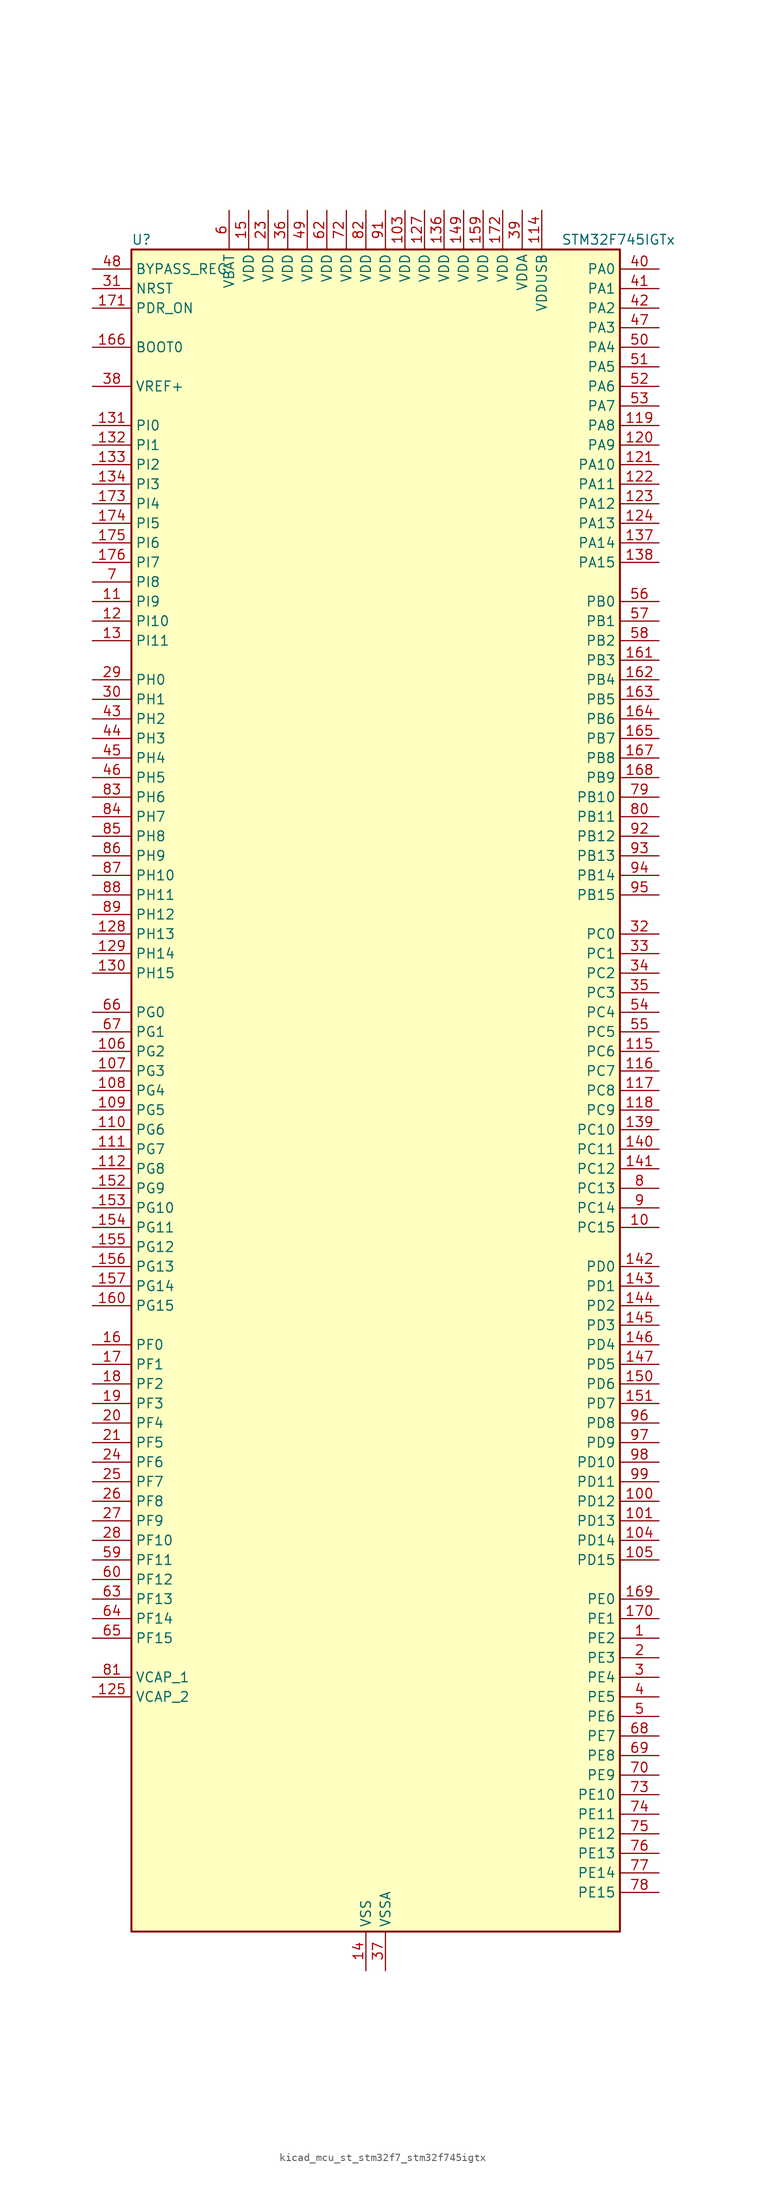
<source format=kicad_sym>
(kicad_symbol_lib
  (version 20220914)
  (generator kicad_symbol_editor)
  (symbol "kicad_mcu_st_stm32f7_stm32f745igtx"
    (property "Reference" "U"
      (at -30.48 110.49 0)
      (effects (font (size 1.27 1.27)) (justify left)))
    (property "Value" "STM32F745IGTx"
      (at 25.4 110.49 0)
      (effects (font (size 1.27 1.27)) (justify left)))
    (property "ki_locked" ""
      (at 0 0 0)
      (effects (font (size 1.27 1.27))))
    (symbol "kicad_mcu_st_stm32f7_stm32f745igtx_0_1"
      (rectangle (start -30.48 -109.22) (end 33.02 109.22) (stroke (width 0.254) (type default)) (fill (type background))))
    (symbol "kicad_mcu_st_stm32f7_stm32f745igtx_1_1"
      (pin bidirectional line (at 38.1 -71.12 180) (length 5.08) (name "PE2" (effects (font (size 1.27 1.27)))) (number "1" (effects (font (size 1.27 1.27)))) (alternate "ETH_TXD3" bidirectional line) (alternate "FMC_A23" bidirectional line) (alternate "QUADSPI_BK1_IO2" bidirectional line) (alternate "SAI1_MCLK_A" bidirectional line) (alternate "SPI4_SCK" bidirectional line) (alternate "SYS_TRACECLK" bidirectional line))
      (pin bidirectional line (at 38.1 -17.78 180) (length 5.08) (name "PC15" (effects (font (size 1.27 1.27)))) (number "10" (effects (font (size 1.27 1.27)))) (alternate "RCC_OSC32_OUT" bidirectional line))
      (pin bidirectional line (at 38.1 -53.34 180) (length 5.08) (name "PD12" (effects (font (size 1.27 1.27)))) (number "100" (effects (font (size 1.27 1.27)))) (alternate "FMC_A17" bidirectional line) (alternate "FMC_ALE" bidirectional line) (alternate "I2C4_SCL" bidirectional line) (alternate "LPTIM1_IN1" bidirectional line) (alternate "QUADSPI_BK1_IO1" bidirectional line) (alternate "SAI2_FS_A" bidirectional line) (alternate "TIM4_CH1" bidirectional line) (alternate "USART3_DE" bidirectional line) (alternate "USART3_RTS" bidirectional line))
      (pin bidirectional line (at 38.1 -55.88 180) (length 5.08) (name "PD13" (effects (font (size 1.27 1.27)))) (number "101" (effects (font (size 1.27 1.27)))) (alternate "FMC_A18" bidirectional line) (alternate "I2C4_SDA" bidirectional line) (alternate "LPTIM1_OUT" bidirectional line) (alternate "QUADSPI_BK1_IO3" bidirectional line) (alternate "SAI2_SCK_A" bidirectional line) (alternate "TIM4_CH2" bidirectional line))
      (pin passive line (at 0 -114.3 90) (length 5.08) hide (name "VSS" (effects (font (size 1.27 1.27)))) (number "102" (effects (font (size 1.27 1.27)))))
      (pin power_in line (at 5.08 114.3 270) (length 5.08) (name "VDD" (effects (font (size 1.27 1.27)))) (number "103" (effects (font (size 1.27 1.27)))))
      (pin bidirectional line (at 38.1 -58.42 180) (length 5.08) (name "PD14" (effects (font (size 1.27 1.27)))) (number "104" (effects (font (size 1.27 1.27)))) (alternate "FMC_D0" bidirectional line) (alternate "FMC_DA0" bidirectional line) (alternate "TIM4_CH3" bidirectional line) (alternate "UART8_CTS" bidirectional line))
      (pin bidirectional line (at 38.1 -60.96 180) (length 5.08) (name "PD15" (effects (font (size 1.27 1.27)))) (number "105" (effects (font (size 1.27 1.27)))) (alternate "FMC_D1" bidirectional line) (alternate "FMC_DA1" bidirectional line) (alternate "TIM4_CH4" bidirectional line) (alternate "UART8_DE" bidirectional line) (alternate "UART8_RTS" bidirectional line))
      (pin bidirectional line (at -35.56 5.08 0) (length 5.08) (name "PG2" (effects (font (size 1.27 1.27)))) (number "106" (effects (font (size 1.27 1.27)))) (alternate "FMC_A12" bidirectional line))
      (pin bidirectional line (at -35.56 2.54 0) (length 5.08) (name "PG3" (effects (font (size 1.27 1.27)))) (number "107" (effects (font (size 1.27 1.27)))) (alternate "FMC_A13" bidirectional line))
      (pin bidirectional line (at -35.56 0 0) (length 5.08) (name "PG4" (effects (font (size 1.27 1.27)))) (number "108" (effects (font (size 1.27 1.27)))) (alternate "FMC_A14" bidirectional line) (alternate "FMC_BA0" bidirectional line))
      (pin bidirectional line (at -35.56 -2.54 0) (length 5.08) (name "PG5" (effects (font (size 1.27 1.27)))) (number "109" (effects (font (size 1.27 1.27)))) (alternate "FMC_A15" bidirectional line) (alternate "FMC_BA1" bidirectional line))
      (pin bidirectional line (at -35.56 63.5 0) (length 5.08) (name "PI9" (effects (font (size 1.27 1.27)))) (number "11" (effects (font (size 1.27 1.27)))) (alternate "CAN1_RX" bidirectional line) (alternate "DAC_EXTI9" bidirectional line) (alternate "FMC_D30" bidirectional line))
      (pin bidirectional line (at -35.56 -5.08 0) (length 5.08) (name "PG6" (effects (font (size 1.27 1.27)))) (number "110" (effects (font (size 1.27 1.27)))) (alternate "DCMI_D12" bidirectional line))
      (pin bidirectional line (at -35.56 -7.62 0) (length 5.08) (name "PG7" (effects (font (size 1.27 1.27)))) (number "111" (effects (font (size 1.27 1.27)))) (alternate "DCMI_D13" bidirectional line) (alternate "FMC_INT" bidirectional line) (alternate "USART6_CK" bidirectional line))
      (pin bidirectional line (at -35.56 -10.16 0) (length 5.08) (name "PG8" (effects (font (size 1.27 1.27)))) (number "112" (effects (font (size 1.27 1.27)))) (alternate "ETH_PPS_OUT" bidirectional line) (alternate "FMC_SDCLK" bidirectional line) (alternate "SPDIFRX_IN2" bidirectional line) (alternate "SPI6_NSS" bidirectional line) (alternate "USART6_DE" bidirectional line) (alternate "USART6_RTS" bidirectional line))
      (pin passive line (at 0 -114.3 90) (length 5.08) hide (name "VSS" (effects (font (size 1.27 1.27)))) (number "113" (effects (font (size 1.27 1.27)))))
      (pin power_in line (at 22.86 114.3 270) (length 5.08) (name "VDDUSB" (effects (font (size 1.27 1.27)))) (number "114" (effects (font (size 1.27 1.27)))))
      (pin bidirectional line (at 38.1 5.08 180) (length 5.08) (name "PC6" (effects (font (size 1.27 1.27)))) (number "115" (effects (font (size 1.27 1.27)))) (alternate "DCMI_D0" bidirectional line) (alternate "I2S2_MCK" bidirectional line) (alternate "SDMMC1_D6" bidirectional line) (alternate "TIM3_CH1" bidirectional line) (alternate "TIM8_CH1" bidirectional line) (alternate "USART6_TX" bidirectional line))
      (pin bidirectional line (at 38.1 2.54 180) (length 5.08) (name "PC7" (effects (font (size 1.27 1.27)))) (number "116" (effects (font (size 1.27 1.27)))) (alternate "DCMI_D1" bidirectional line) (alternate "I2S3_MCK" bidirectional line) (alternate "SDMMC1_D7" bidirectional line) (alternate "TIM3_CH2" bidirectional line) (alternate "TIM8_CH2" bidirectional line) (alternate "USART6_RX" bidirectional line))
      (pin bidirectional line (at 38.1 0 180) (length 5.08) (name "PC8" (effects (font (size 1.27 1.27)))) (number "117" (effects (font (size 1.27 1.27)))) (alternate "DCMI_D2" bidirectional line) (alternate "SDMMC1_D0" bidirectional line) (alternate "SYS_TRACED1" bidirectional line) (alternate "TIM3_CH3" bidirectional line) (alternate "TIM8_CH3" bidirectional line) (alternate "UART5_DE" bidirectional line) (alternate "UART5_RTS" bidirectional line) (alternate "USART6_CK" bidirectional line))
      (pin bidirectional line (at 38.1 -2.54 180) (length 5.08) (name "PC9" (effects (font (size 1.27 1.27)))) (number "118" (effects (font (size 1.27 1.27)))) (alternate "DAC_EXTI9" bidirectional line) (alternate "DCMI_D3" bidirectional line) (alternate "I2C3_SDA" bidirectional line) (alternate "I2S_CKIN" bidirectional line) (alternate "QUADSPI_BK1_IO0" bidirectional line) (alternate "RCC_MCO_2" bidirectional line) (alternate "SDMMC1_D1" bidirectional line) (alternate "TIM3_CH4" bidirectional line) (alternate "TIM8_CH4" bidirectional line) (alternate "UART5_CTS" bidirectional line))
      (pin bidirectional line (at 38.1 86.36 180) (length 5.08) (name "PA8" (effects (font (size 1.27 1.27)))) (number "119" (effects (font (size 1.27 1.27)))) (alternate "I2C3_SCL" bidirectional line) (alternate "RCC_MCO_1" bidirectional line) (alternate "TIM1_CH1" bidirectional line) (alternate "TIM8_BKIN2" bidirectional line) (alternate "USART1_CK" bidirectional line) (alternate "USB_OTG_FS_SOF" bidirectional line))
      (pin bidirectional line (at -35.56 60.96 0) (length 5.08) (name "PI10" (effects (font (size 1.27 1.27)))) (number "12" (effects (font (size 1.27 1.27)))) (alternate "ETH_RX_ER" bidirectional line) (alternate "FMC_D31" bidirectional line))
      (pin bidirectional line (at 38.1 83.82 180) (length 5.08) (name "PA9" (effects (font (size 1.27 1.27)))) (number "120" (effects (font (size 1.27 1.27)))) (alternate "DAC_EXTI9" bidirectional line) (alternate "DCMI_D0" bidirectional line) (alternate "I2C3_SMBA" bidirectional line) (alternate "I2S2_CK" bidirectional line) (alternate "SPI2_SCK" bidirectional line) (alternate "TIM1_CH2" bidirectional line) (alternate "USART1_TX" bidirectional line) (alternate "USB_OTG_FS_VBUS" bidirectional line))
      (pin bidirectional line (at 38.1 81.28 180) (length 5.08) (name "PA10" (effects (font (size 1.27 1.27)))) (number "121" (effects (font (size 1.27 1.27)))) (alternate "DCMI_D1" bidirectional line) (alternate "TIM1_CH3" bidirectional line) (alternate "USART1_RX" bidirectional line) (alternate "USB_OTG_FS_ID" bidirectional line))
      (pin bidirectional line (at 38.1 78.74 180) (length 5.08) (name "PA11" (effects (font (size 1.27 1.27)))) (number "122" (effects (font (size 1.27 1.27)))) (alternate "ADC1_EXTI11" bidirectional line) (alternate "ADC2_EXTI11" bidirectional line) (alternate "ADC3_EXTI11" bidirectional line) (alternate "CAN1_RX" bidirectional line) (alternate "TIM1_CH4" bidirectional line) (alternate "USART1_CTS" bidirectional line) (alternate "USB_OTG_FS_DM" bidirectional line))
      (pin bidirectional line (at 38.1 76.2 180) (length 5.08) (name "PA12" (effects (font (size 1.27 1.27)))) (number "123" (effects (font (size 1.27 1.27)))) (alternate "CAN1_TX" bidirectional line) (alternate "SAI2_FS_B" bidirectional line) (alternate "TIM1_ETR" bidirectional line) (alternate "USART1_DE" bidirectional line) (alternate "USART1_RTS" bidirectional line) (alternate "USB_OTG_FS_DP" bidirectional line))
      (pin bidirectional line (at 38.1 73.66 180) (length 5.08) (name "PA13" (effects (font (size 1.27 1.27)))) (number "124" (effects (font (size 1.27 1.27)))) (alternate "SYS_JTMS-SWDIO" bidirectional line))
      (pin power_out line (at -35.56 -78.74 0) (length 5.08) (name "VCAP_2" (effects (font (size 1.27 1.27)))) (number "125" (effects (font (size 1.27 1.27)))))
      (pin passive line (at 0 -114.3 90) (length 5.08) hide (name "VSS" (effects (font (size 1.27 1.27)))) (number "126" (effects (font (size 1.27 1.27)))))
      (pin power_in line (at 7.62 114.3 270) (length 5.08) (name "VDD" (effects (font (size 1.27 1.27)))) (number "127" (effects (font (size 1.27 1.27)))))
      (pin bidirectional line (at -35.56 20.32 0) (length 5.08) (name "PH13" (effects (font (size 1.27 1.27)))) (number "128" (effects (font (size 1.27 1.27)))) (alternate "CAN1_TX" bidirectional line) (alternate "FMC_D21" bidirectional line) (alternate "TIM8_CH1N" bidirectional line))
      (pin bidirectional line (at -35.56 17.78 0) (length 5.08) (name "PH14" (effects (font (size 1.27 1.27)))) (number "129" (effects (font (size 1.27 1.27)))) (alternate "DCMI_D4" bidirectional line) (alternate "FMC_D22" bidirectional line) (alternate "TIM8_CH2N" bidirectional line))
      (pin bidirectional line (at -35.56 58.42 0) (length 5.08) (name "PI11" (effects (font (size 1.27 1.27)))) (number "13" (effects (font (size 1.27 1.27)))) (alternate "ADC1_EXTI11" bidirectional line) (alternate "ADC2_EXTI11" bidirectional line) (alternate "ADC3_EXTI11" bidirectional line) (alternate "SYS_WKUP6" bidirectional line) (alternate "USB_OTG_HS_ULPI_DIR" bidirectional line))
      (pin bidirectional line (at -35.56 15.24 0) (length 5.08) (name "PH15" (effects (font (size 1.27 1.27)))) (number "130" (effects (font (size 1.27 1.27)))) (alternate "DCMI_D11" bidirectional line) (alternate "FMC_D23" bidirectional line) (alternate "TIM8_CH3N" bidirectional line))
      (pin bidirectional line (at -35.56 86.36 0) (length 5.08) (name "PI0" (effects (font (size 1.27 1.27)))) (number "131" (effects (font (size 1.27 1.27)))) (alternate "DCMI_D13" bidirectional line) (alternate "FMC_D24" bidirectional line) (alternate "I2S2_WS" bidirectional line) (alternate "SPI2_NSS" bidirectional line) (alternate "TIM5_CH4" bidirectional line))
      (pin bidirectional line (at -35.56 83.82 0) (length 5.08) (name "PI1" (effects (font (size 1.27 1.27)))) (number "132" (effects (font (size 1.27 1.27)))) (alternate "DCMI_D8" bidirectional line) (alternate "FMC_D25" bidirectional line) (alternate "I2S2_CK" bidirectional line) (alternate "SPI2_SCK" bidirectional line) (alternate "TIM8_BKIN2" bidirectional line))
      (pin bidirectional line (at -35.56 81.28 0) (length 5.08) (name "PI2" (effects (font (size 1.27 1.27)))) (number "133" (effects (font (size 1.27 1.27)))) (alternate "DCMI_D9" bidirectional line) (alternate "FMC_D26" bidirectional line) (alternate "SPI2_MISO" bidirectional line) (alternate "TIM8_CH4" bidirectional line))
      (pin bidirectional line (at -35.56 78.74 0) (length 5.08) (name "PI3" (effects (font (size 1.27 1.27)))) (number "134" (effects (font (size 1.27 1.27)))) (alternate "DCMI_D10" bidirectional line) (alternate "FMC_D27" bidirectional line) (alternate "I2S2_SD" bidirectional line) (alternate "SPI2_MOSI" bidirectional line) (alternate "TIM8_ETR" bidirectional line))
      (pin passive line (at 0 -114.3 90) (length 5.08) hide (name "VSS" (effects (font (size 1.27 1.27)))) (number "135" (effects (font (size 1.27 1.27)))))
      (pin power_in line (at 10.16 114.3 270) (length 5.08) (name "VDD" (effects (font (size 1.27 1.27)))) (number "136" (effects (font (size 1.27 1.27)))))
      (pin bidirectional line (at 38.1 71.12 180) (length 5.08) (name "PA14" (effects (font (size 1.27 1.27)))) (number "137" (effects (font (size 1.27 1.27)))) (alternate "SYS_JTCK-SWCLK" bidirectional line))
      (pin bidirectional line (at 38.1 68.58 180) (length 5.08) (name "PA15" (effects (font (size 1.27 1.27)))) (number "138" (effects (font (size 1.27 1.27)))) (alternate "CEC" bidirectional line) (alternate "I2S1_WS" bidirectional line) (alternate "I2S3_WS" bidirectional line) (alternate "SPI1_NSS" bidirectional line) (alternate "SPI3_NSS" bidirectional line) (alternate "SYS_JTDI" bidirectional line) (alternate "TIM2_CH1" bidirectional line) (alternate "TIM2_ETR" bidirectional line) (alternate "UART4_DE" bidirectional line) (alternate "UART4_RTS" bidirectional line))
      (pin bidirectional line (at 38.1 -5.08 180) (length 5.08) (name "PC10" (effects (font (size 1.27 1.27)))) (number "139" (effects (font (size 1.27 1.27)))) (alternate "DCMI_D8" bidirectional line) (alternate "I2S3_CK" bidirectional line) (alternate "QUADSPI_BK1_IO1" bidirectional line) (alternate "SDMMC1_D2" bidirectional line) (alternate "SPI3_SCK" bidirectional line) (alternate "UART4_TX" bidirectional line) (alternate "USART3_TX" bidirectional line))
      (pin power_in line (at 0 -114.3 90) (length 5.08) (name "VSS" (effects (font (size 1.27 1.27)))) (number "14" (effects (font (size 1.27 1.27)))))
      (pin bidirectional line (at 38.1 -7.62 180) (length 5.08) (name "PC11" (effects (font (size 1.27 1.27)))) (number "140" (effects (font (size 1.27 1.27)))) (alternate "ADC1_EXTI11" bidirectional line) (alternate "ADC2_EXTI11" bidirectional line) (alternate "ADC3_EXTI11" bidirectional line) (alternate "DCMI_D4" bidirectional line) (alternate "QUADSPI_BK2_NCS" bidirectional line) (alternate "SDMMC1_D3" bidirectional line) (alternate "SPI3_MISO" bidirectional line) (alternate "UART4_RX" bidirectional line) (alternate "USART3_RX" bidirectional line))
      (pin bidirectional line (at 38.1 -10.16 180) (length 5.08) (name "PC12" (effects (font (size 1.27 1.27)))) (number "141" (effects (font (size 1.27 1.27)))) (alternate "DCMI_D9" bidirectional line) (alternate "I2S3_SD" bidirectional line) (alternate "SDMMC1_CK" bidirectional line) (alternate "SPI3_MOSI" bidirectional line) (alternate "SYS_TRACED3" bidirectional line) (alternate "UART5_TX" bidirectional line) (alternate "USART3_CK" bidirectional line))
      (pin bidirectional line (at 38.1 -22.86 180) (length 5.08) (name "PD0" (effects (font (size 1.27 1.27)))) (number "142" (effects (font (size 1.27 1.27)))) (alternate "CAN1_RX" bidirectional line) (alternate "FMC_D2" bidirectional line) (alternate "FMC_DA2" bidirectional line))
      (pin bidirectional line (at 38.1 -25.4 180) (length 5.08) (name "PD1" (effects (font (size 1.27 1.27)))) (number "143" (effects (font (size 1.27 1.27)))) (alternate "CAN1_TX" bidirectional line) (alternate "FMC_D3" bidirectional line) (alternate "FMC_DA3" bidirectional line))
      (pin bidirectional line (at 38.1 -27.94 180) (length 5.08) (name "PD2" (effects (font (size 1.27 1.27)))) (number "144" (effects (font (size 1.27 1.27)))) (alternate "DCMI_D11" bidirectional line) (alternate "SDMMC1_CMD" bidirectional line) (alternate "SYS_TRACED2" bidirectional line) (alternate "TIM3_ETR" bidirectional line) (alternate "UART5_RX" bidirectional line))
      (pin bidirectional line (at 38.1 -30.48 180) (length 5.08) (name "PD3" (effects (font (size 1.27 1.27)))) (number "145" (effects (font (size 1.27 1.27)))) (alternate "DCMI_D5" bidirectional line) (alternate "FMC_CLK" bidirectional line) (alternate "I2S2_CK" bidirectional line) (alternate "SPI2_SCK" bidirectional line) (alternate "USART2_CTS" bidirectional line))
      (pin bidirectional line (at 38.1 -33.02 180) (length 5.08) (name "PD4" (effects (font (size 1.27 1.27)))) (number "146" (effects (font (size 1.27 1.27)))) (alternate "FMC_NOE" bidirectional line) (alternate "USART2_DE" bidirectional line) (alternate "USART2_RTS" bidirectional line))
      (pin bidirectional line (at 38.1 -35.56 180) (length 5.08) (name "PD5" (effects (font (size 1.27 1.27)))) (number "147" (effects (font (size 1.27 1.27)))) (alternate "FMC_NWE" bidirectional line) (alternate "USART2_TX" bidirectional line))
      (pin passive line (at 0 -114.3 90) (length 5.08) hide (name "VSS" (effects (font (size 1.27 1.27)))) (number "148" (effects (font (size 1.27 1.27)))))
      (pin power_in line (at 12.7 114.3 270) (length 5.08) (name "VDD" (effects (font (size 1.27 1.27)))) (number "149" (effects (font (size 1.27 1.27)))))
      (pin power_in line (at -15.24 114.3 270) (length 5.08) (name "VDD" (effects (font (size 1.27 1.27)))) (number "15" (effects (font (size 1.27 1.27)))))
      (pin bidirectional line (at 38.1 -38.1 180) (length 5.08) (name "PD6" (effects (font (size 1.27 1.27)))) (number "150" (effects (font (size 1.27 1.27)))) (alternate "DCMI_D10" bidirectional line) (alternate "FMC_NWAIT" bidirectional line) (alternate "I2S3_SD" bidirectional line) (alternate "SAI1_SD_A" bidirectional line) (alternate "SPI3_MOSI" bidirectional line) (alternate "USART2_RX" bidirectional line))
      (pin bidirectional line (at 38.1 -40.64 180) (length 5.08) (name "PD7" (effects (font (size 1.27 1.27)))) (number "151" (effects (font (size 1.27 1.27)))) (alternate "FMC_NE1" bidirectional line) (alternate "SPDIFRX_IN0" bidirectional line) (alternate "USART2_CK" bidirectional line))
      (pin bidirectional line (at -35.56 -12.7 0) (length 5.08) (name "PG9" (effects (font (size 1.27 1.27)))) (number "152" (effects (font (size 1.27 1.27)))) (alternate "DAC_EXTI9" bidirectional line) (alternate "DCMI_VSYNC" bidirectional line) (alternate "FMC_NCE" bidirectional line) (alternate "FMC_NE2" bidirectional line) (alternate "QUADSPI_BK2_IO2" bidirectional line) (alternate "SAI2_FS_B" bidirectional line) (alternate "SPDIFRX_IN3" bidirectional line) (alternate "USART6_RX" bidirectional line))
      (pin bidirectional line (at -35.56 -15.24 0) (length 5.08) (name "PG10" (effects (font (size 1.27 1.27)))) (number "153" (effects (font (size 1.27 1.27)))) (alternate "DCMI_D2" bidirectional line) (alternate "FMC_NE3" bidirectional line) (alternate "SAI2_SD_B" bidirectional line))
      (pin bidirectional line (at -35.56 -17.78 0) (length 5.08) (name "PG11" (effects (font (size 1.27 1.27)))) (number "154" (effects (font (size 1.27 1.27)))) (alternate "ADC1_EXTI11" bidirectional line) (alternate "ADC2_EXTI11" bidirectional line) (alternate "ADC3_EXTI11" bidirectional line) (alternate "DCMI_D3" bidirectional line) (alternate "ETH_TX_EN" bidirectional line) (alternate "SPDIFRX_IN0" bidirectional line))
      (pin bidirectional line (at -35.56 -20.32 0) (length 5.08) (name "PG12" (effects (font (size 1.27 1.27)))) (number "155" (effects (font (size 1.27 1.27)))) (alternate "FMC_NE4" bidirectional line) (alternate "LPTIM1_IN1" bidirectional line) (alternate "SPDIFRX_IN1" bidirectional line) (alternate "SPI6_MISO" bidirectional line) (alternate "USART6_DE" bidirectional line) (alternate "USART6_RTS" bidirectional line))
      (pin bidirectional line (at -35.56 -22.86 0) (length 5.08) (name "PG13" (effects (font (size 1.27 1.27)))) (number "156" (effects (font (size 1.27 1.27)))) (alternate "ETH_TXD0" bidirectional line) (alternate "FMC_A24" bidirectional line) (alternate "LPTIM1_OUT" bidirectional line) (alternate "SPI6_SCK" bidirectional line) (alternate "SYS_TRACED0" bidirectional line) (alternate "USART6_CTS" bidirectional line))
      (pin bidirectional line (at -35.56 -25.4 0) (length 5.08) (name "PG14" (effects (font (size 1.27 1.27)))) (number "157" (effects (font (size 1.27 1.27)))) (alternate "ETH_TXD1" bidirectional line) (alternate "FMC_A25" bidirectional line) (alternate "LPTIM1_ETR" bidirectional line) (alternate "QUADSPI_BK2_IO3" bidirectional line) (alternate "SPI6_MOSI" bidirectional line) (alternate "SYS_TRACED1" bidirectional line) (alternate "USART6_TX" bidirectional line))
      (pin passive line (at 0 -114.3 90) (length 5.08) hide (name "VSS" (effects (font (size 1.27 1.27)))) (number "158" (effects (font (size 1.27 1.27)))))
      (pin power_in line (at 15.24 114.3 270) (length 5.08) (name "VDD" (effects (font (size 1.27 1.27)))) (number "159" (effects (font (size 1.27 1.27)))))
      (pin bidirectional line (at -35.56 -33.02 0) (length 5.08) (name "PF0" (effects (font (size 1.27 1.27)))) (number "16" (effects (font (size 1.27 1.27)))) (alternate "FMC_A0" bidirectional line) (alternate "I2C2_SDA" bidirectional line))
      (pin bidirectional line (at -35.56 -27.94 0) (length 5.08) (name "PG15" (effects (font (size 1.27 1.27)))) (number "160" (effects (font (size 1.27 1.27)))) (alternate "DCMI_D13" bidirectional line) (alternate "FMC_SDNCAS" bidirectional line) (alternate "USART6_CTS" bidirectional line))
      (pin bidirectional line (at 38.1 55.88 180) (length 5.08) (name "PB3" (effects (font (size 1.27 1.27)))) (number "161" (effects (font (size 1.27 1.27)))) (alternate "I2S1_CK" bidirectional line) (alternate "I2S3_CK" bidirectional line) (alternate "SPI1_SCK" bidirectional line) (alternate "SPI3_SCK" bidirectional line) (alternate "SYS_JTDO-SWO" bidirectional line) (alternate "TIM2_CH2" bidirectional line))
      (pin bidirectional line (at 38.1 53.34 180) (length 5.08) (name "PB4" (effects (font (size 1.27 1.27)))) (number "162" (effects (font (size 1.27 1.27)))) (alternate "I2S2_WS" bidirectional line) (alternate "SPI1_MISO" bidirectional line) (alternate "SPI2_NSS" bidirectional line) (alternate "SPI3_MISO" bidirectional line) (alternate "SYS_JTRST" bidirectional line) (alternate "TIM3_CH1" bidirectional line))
      (pin bidirectional line (at 38.1 50.8 180) (length 5.08) (name "PB5" (effects (font (size 1.27 1.27)))) (number "163" (effects (font (size 1.27 1.27)))) (alternate "CAN2_RX" bidirectional line) (alternate "DCMI_D10" bidirectional line) (alternate "ETH_PPS_OUT" bidirectional line) (alternate "FMC_SDCKE1" bidirectional line) (alternate "I2C1_SMBA" bidirectional line) (alternate "I2S1_SD" bidirectional line) (alternate "I2S3_SD" bidirectional line) (alternate "SPI1_MOSI" bidirectional line) (alternate "SPI3_MOSI" bidirectional line) (alternate "TIM3_CH2" bidirectional line) (alternate "USB_OTG_HS_ULPI_D7" bidirectional line))
      (pin bidirectional line (at 38.1 48.26 180) (length 5.08) (name "PB6" (effects (font (size 1.27 1.27)))) (number "164" (effects (font (size 1.27 1.27)))) (alternate "CAN2_TX" bidirectional line) (alternate "CEC" bidirectional line) (alternate "DCMI_D5" bidirectional line) (alternate "FMC_SDNE1" bidirectional line) (alternate "I2C1_SCL" bidirectional line) (alternate "QUADSPI_BK1_NCS" bidirectional line) (alternate "TIM4_CH1" bidirectional line) (alternate "USART1_TX" bidirectional line))
      (pin bidirectional line (at 38.1 45.72 180) (length 5.08) (name "PB7" (effects (font (size 1.27 1.27)))) (number "165" (effects (font (size 1.27 1.27)))) (alternate "DCMI_VSYNC" bidirectional line) (alternate "FMC_NL" bidirectional line) (alternate "I2C1_SDA" bidirectional line) (alternate "TIM4_CH2" bidirectional line) (alternate "USART1_RX" bidirectional line))
      (pin input line (at -35.56 96.52 0) (length 5.08) (name "BOOT0" (effects (font (size 1.27 1.27)))) (number "166" (effects (font (size 1.27 1.27)))))
      (pin bidirectional line (at 38.1 43.18 180) (length 5.08) (name "PB8" (effects (font (size 1.27 1.27)))) (number "167" (effects (font (size 1.27 1.27)))) (alternate "CAN1_RX" bidirectional line) (alternate "DCMI_D6" bidirectional line) (alternate "ETH_TXD3" bidirectional line) (alternate "I2C1_SCL" bidirectional line) (alternate "SDMMC1_D4" bidirectional line) (alternate "TIM10_CH1" bidirectional line) (alternate "TIM4_CH3" bidirectional line))
      (pin bidirectional line (at 38.1 40.64 180) (length 5.08) (name "PB9" (effects (font (size 1.27 1.27)))) (number "168" (effects (font (size 1.27 1.27)))) (alternate "CAN1_TX" bidirectional line) (alternate "DAC_EXTI9" bidirectional line) (alternate "DCMI_D7" bidirectional line) (alternate "I2C1_SDA" bidirectional line) (alternate "I2S2_WS" bidirectional line) (alternate "SDMMC1_D5" bidirectional line) (alternate "SPI2_NSS" bidirectional line) (alternate "TIM11_CH1" bidirectional line) (alternate "TIM4_CH4" bidirectional line))
      (pin bidirectional line (at 38.1 -66.04 180) (length 5.08) (name "PE0" (effects (font (size 1.27 1.27)))) (number "169" (effects (font (size 1.27 1.27)))) (alternate "DCMI_D2" bidirectional line) (alternate "FMC_NBL0" bidirectional line) (alternate "LPTIM1_ETR" bidirectional line) (alternate "SAI2_MCLK_A" bidirectional line) (alternate "TIM4_ETR" bidirectional line) (alternate "UART8_RX" bidirectional line))
      (pin bidirectional line (at -35.56 -35.56 0) (length 5.08) (name "PF1" (effects (font (size 1.27 1.27)))) (number "17" (effects (font (size 1.27 1.27)))) (alternate "FMC_A1" bidirectional line) (alternate "I2C2_SCL" bidirectional line))
      (pin bidirectional line (at 38.1 -68.58 180) (length 5.08) (name "PE1" (effects (font (size 1.27 1.27)))) (number "170" (effects (font (size 1.27 1.27)))) (alternate "DCMI_D3" bidirectional line) (alternate "FMC_NBL1" bidirectional line) (alternate "LPTIM1_IN2" bidirectional line) (alternate "UART8_TX" bidirectional line))
      (pin input line (at -35.56 101.6 0) (length 5.08) (name "PDR_ON" (effects (font (size 1.27 1.27)))) (number "171" (effects (font (size 1.27 1.27)))))
      (pin power_in line (at 17.78 114.3 270) (length 5.08) (name "VDD" (effects (font (size 1.27 1.27)))) (number "172" (effects (font (size 1.27 1.27)))))
      (pin bidirectional line (at -35.56 76.2 0) (length 5.08) (name "PI4" (effects (font (size 1.27 1.27)))) (number "173" (effects (font (size 1.27 1.27)))) (alternate "DCMI_D5" bidirectional line) (alternate "FMC_NBL2" bidirectional line) (alternate "SAI2_MCLK_A" bidirectional line) (alternate "TIM8_BKIN" bidirectional line))
      (pin bidirectional line (at -35.56 73.66 0) (length 5.08) (name "PI5" (effects (font (size 1.27 1.27)))) (number "174" (effects (font (size 1.27 1.27)))) (alternate "DCMI_VSYNC" bidirectional line) (alternate "FMC_NBL3" bidirectional line) (alternate "SAI2_SCK_A" bidirectional line) (alternate "TIM8_CH1" bidirectional line))
      (pin bidirectional line (at -35.56 71.12 0) (length 5.08) (name "PI6" (effects (font (size 1.27 1.27)))) (number "175" (effects (font (size 1.27 1.27)))) (alternate "DCMI_D6" bidirectional line) (alternate "FMC_D28" bidirectional line) (alternate "SAI2_SD_A" bidirectional line) (alternate "TIM8_CH2" bidirectional line))
      (pin bidirectional line (at -35.56 68.58 0) (length 5.08) (name "PI7" (effects (font (size 1.27 1.27)))) (number "176" (effects (font (size 1.27 1.27)))) (alternate "DCMI_D7" bidirectional line) (alternate "FMC_D29" bidirectional line) (alternate "SAI2_FS_A" bidirectional line) (alternate "TIM8_CH3" bidirectional line))
      (pin bidirectional line (at -35.56 -38.1 0) (length 5.08) (name "PF2" (effects (font (size 1.27 1.27)))) (number "18" (effects (font (size 1.27 1.27)))) (alternate "FMC_A2" bidirectional line) (alternate "I2C2_SMBA" bidirectional line))
      (pin bidirectional line (at -35.56 -40.64 0) (length 5.08) (name "PF3" (effects (font (size 1.27 1.27)))) (number "19" (effects (font (size 1.27 1.27)))) (alternate "ADC3_IN9" bidirectional line) (alternate "FMC_A3" bidirectional line))
      (pin bidirectional line (at 38.1 -73.66 180) (length 5.08) (name "PE3" (effects (font (size 1.27 1.27)))) (number "2" (effects (font (size 1.27 1.27)))) (alternate "FMC_A19" bidirectional line) (alternate "SAI1_SD_B" bidirectional line) (alternate "SYS_TRACED0" bidirectional line))
      (pin bidirectional line (at -35.56 -43.18 0) (length 5.08) (name "PF4" (effects (font (size 1.27 1.27)))) (number "20" (effects (font (size 1.27 1.27)))) (alternate "ADC3_IN14" bidirectional line) (alternate "FMC_A4" bidirectional line))
      (pin bidirectional line (at -35.56 -45.72 0) (length 5.08) (name "PF5" (effects (font (size 1.27 1.27)))) (number "21" (effects (font (size 1.27 1.27)))) (alternate "ADC3_IN15" bidirectional line) (alternate "FMC_A5" bidirectional line))
      (pin passive line (at 0 -114.3 90) (length 5.08) hide (name "VSS" (effects (font (size 1.27 1.27)))) (number "22" (effects (font (size 1.27 1.27)))))
      (pin power_in line (at -12.7 114.3 270) (length 5.08) (name "VDD" (effects (font (size 1.27 1.27)))) (number "23" (effects (font (size 1.27 1.27)))))
      (pin bidirectional line (at -35.56 -48.26 0) (length 5.08) (name "PF6" (effects (font (size 1.27 1.27)))) (number "24" (effects (font (size 1.27 1.27)))) (alternate "ADC3_IN4" bidirectional line) (alternate "QUADSPI_BK1_IO3" bidirectional line) (alternate "SAI1_SD_B" bidirectional line) (alternate "SPI5_NSS" bidirectional line) (alternate "TIM10_CH1" bidirectional line) (alternate "UART7_RX" bidirectional line))
      (pin bidirectional line (at -35.56 -50.8 0) (length 5.08) (name "PF7" (effects (font (size 1.27 1.27)))) (number "25" (effects (font (size 1.27 1.27)))) (alternate "ADC3_IN5" bidirectional line) (alternate "QUADSPI_BK1_IO2" bidirectional line) (alternate "SAI1_MCLK_B" bidirectional line) (alternate "SPI5_SCK" bidirectional line) (alternate "TIM11_CH1" bidirectional line) (alternate "UART7_TX" bidirectional line))
      (pin bidirectional line (at -35.56 -53.34 0) (length 5.08) (name "PF8" (effects (font (size 1.27 1.27)))) (number "26" (effects (font (size 1.27 1.27)))) (alternate "ADC3_IN6" bidirectional line) (alternate "QUADSPI_BK1_IO0" bidirectional line) (alternate "SAI1_SCK_B" bidirectional line) (alternate "SPI5_MISO" bidirectional line) (alternate "TIM13_CH1" bidirectional line) (alternate "UART7_DE" bidirectional line) (alternate "UART7_RTS" bidirectional line))
      (pin bidirectional line (at -35.56 -55.88 0) (length 5.08) (name "PF9" (effects (font (size 1.27 1.27)))) (number "27" (effects (font (size 1.27 1.27)))) (alternate "ADC3_IN7" bidirectional line) (alternate "DAC_EXTI9" bidirectional line) (alternate "QUADSPI_BK1_IO1" bidirectional line) (alternate "SAI1_FS_B" bidirectional line) (alternate "SPI5_MOSI" bidirectional line) (alternate "TIM14_CH1" bidirectional line) (alternate "UART7_CTS" bidirectional line))
      (pin bidirectional line (at -35.56 -58.42 0) (length 5.08) (name "PF10" (effects (font (size 1.27 1.27)))) (number "28" (effects (font (size 1.27 1.27)))) (alternate "ADC3_IN8" bidirectional line) (alternate "DCMI_D11" bidirectional line))
      (pin bidirectional line (at -35.56 53.34 0) (length 5.08) (name "PH0" (effects (font (size 1.27 1.27)))) (number "29" (effects (font (size 1.27 1.27)))) (alternate "RCC_OSC_IN" bidirectional line))
      (pin bidirectional line (at 38.1 -76.2 180) (length 5.08) (name "PE4" (effects (font (size 1.27 1.27)))) (number "3" (effects (font (size 1.27 1.27)))) (alternate "DCMI_D4" bidirectional line) (alternate "FMC_A20" bidirectional line) (alternate "SAI1_FS_A" bidirectional line) (alternate "SPI4_NSS" bidirectional line) (alternate "SYS_TRACED1" bidirectional line))
      (pin bidirectional line (at -35.56 50.8 0) (length 5.08) (name "PH1" (effects (font (size 1.27 1.27)))) (number "30" (effects (font (size 1.27 1.27)))) (alternate "RCC_OSC_OUT" bidirectional line))
      (pin input line (at -35.56 104.14 0) (length 5.08) (name "NRST" (effects (font (size 1.27 1.27)))) (number "31" (effects (font (size 1.27 1.27)))))
      (pin bidirectional line (at 38.1 20.32 180) (length 5.08) (name "PC0" (effects (font (size 1.27 1.27)))) (number "32" (effects (font (size 1.27 1.27)))) (alternate "ADC1_IN10" bidirectional line) (alternate "ADC2_IN10" bidirectional line) (alternate "ADC3_IN10" bidirectional line) (alternate "FMC_SDNWE" bidirectional line) (alternate "SAI2_FS_B" bidirectional line) (alternate "USB_OTG_HS_ULPI_STP" bidirectional line))
      (pin bidirectional line (at 38.1 17.78 180) (length 5.08) (name "PC1" (effects (font (size 1.27 1.27)))) (number "33" (effects (font (size 1.27 1.27)))) (alternate "ADC1_IN11" bidirectional line) (alternate "ADC2_IN11" bidirectional line) (alternate "ADC3_IN11" bidirectional line) (alternate "ETH_MDC" bidirectional line) (alternate "I2S2_SD" bidirectional line) (alternate "RTC_TAMP3" bidirectional line) (alternate "RTC_TS" bidirectional line) (alternate "SAI1_SD_A" bidirectional line) (alternate "SPI2_MOSI" bidirectional line) (alternate "SYS_TRACED0" bidirectional line) (alternate "SYS_WKUP3" bidirectional line))
      (pin bidirectional line (at 38.1 15.24 180) (length 5.08) (name "PC2" (effects (font (size 1.27 1.27)))) (number "34" (effects (font (size 1.27 1.27)))) (alternate "ADC1_IN12" bidirectional line) (alternate "ADC2_IN12" bidirectional line) (alternate "ADC3_IN12" bidirectional line) (alternate "ETH_TXD2" bidirectional line) (alternate "FMC_SDNE0" bidirectional line) (alternate "SPI2_MISO" bidirectional line) (alternate "USB_OTG_HS_ULPI_DIR" bidirectional line))
      (pin bidirectional line (at 38.1 12.7 180) (length 5.08) (name "PC3" (effects (font (size 1.27 1.27)))) (number "35" (effects (font (size 1.27 1.27)))) (alternate "ADC1_IN13" bidirectional line) (alternate "ADC2_IN13" bidirectional line) (alternate "ADC3_IN13" bidirectional line) (alternate "ETH_TX_CLK" bidirectional line) (alternate "FMC_SDCKE0" bidirectional line) (alternate "I2S2_SD" bidirectional line) (alternate "SPI2_MOSI" bidirectional line) (alternate "USB_OTG_HS_ULPI_NXT" bidirectional line))
      (pin power_in line (at -10.16 114.3 270) (length 5.08) (name "VDD" (effects (font (size 1.27 1.27)))) (number "36" (effects (font (size 1.27 1.27)))))
      (pin power_in line (at 2.54 -114.3 90) (length 5.08) (name "VSSA" (effects (font (size 1.27 1.27)))) (number "37" (effects (font (size 1.27 1.27)))))
      (pin input line (at -35.56 91.44 0) (length 5.08) (name "VREF+" (effects (font (size 1.27 1.27)))) (number "38" (effects (font (size 1.27 1.27)))))
      (pin power_in line (at 20.32 114.3 270) (length 5.08) (name "VDDA" (effects (font (size 1.27 1.27)))) (number "39" (effects (font (size 1.27 1.27)))))
      (pin bidirectional line (at 38.1 -78.74 180) (length 5.08) (name "PE5" (effects (font (size 1.27 1.27)))) (number "4" (effects (font (size 1.27 1.27)))) (alternate "DCMI_D6" bidirectional line) (alternate "FMC_A21" bidirectional line) (alternate "SAI1_SCK_A" bidirectional line) (alternate "SPI4_MISO" bidirectional line) (alternate "SYS_TRACED2" bidirectional line) (alternate "TIM9_CH1" bidirectional line))
      (pin bidirectional line (at 38.1 106.68 180) (length 5.08) (name "PA0" (effects (font (size 1.27 1.27)))) (number "40" (effects (font (size 1.27 1.27)))) (alternate "ADC1_IN0" bidirectional line) (alternate "ADC2_IN0" bidirectional line) (alternate "ADC3_IN0" bidirectional line) (alternate "ETH_CRS" bidirectional line) (alternate "SAI2_SD_B" bidirectional line) (alternate "SYS_WKUP1" bidirectional line) (alternate "TIM2_CH1" bidirectional line) (alternate "TIM2_ETR" bidirectional line) (alternate "TIM5_CH1" bidirectional line) (alternate "TIM8_ETR" bidirectional line) (alternate "UART4_TX" bidirectional line) (alternate "USART2_CTS" bidirectional line))
      (pin bidirectional line (at 38.1 104.14 180) (length 5.08) (name "PA1" (effects (font (size 1.27 1.27)))) (number "41" (effects (font (size 1.27 1.27)))) (alternate "ADC1_IN1" bidirectional line) (alternate "ADC2_IN1" bidirectional line) (alternate "ADC3_IN1" bidirectional line) (alternate "ETH_REF_CLK" bidirectional line) (alternate "ETH_RX_CLK" bidirectional line) (alternate "QUADSPI_BK1_IO3" bidirectional line) (alternate "SAI2_MCLK_B" bidirectional line) (alternate "TIM2_CH2" bidirectional line) (alternate "TIM5_CH2" bidirectional line) (alternate "UART4_RX" bidirectional line) (alternate "USART2_DE" bidirectional line) (alternate "USART2_RTS" bidirectional line))
      (pin bidirectional line (at 38.1 101.6 180) (length 5.08) (name "PA2" (effects (font (size 1.27 1.27)))) (number "42" (effects (font (size 1.27 1.27)))) (alternate "ADC1_IN2" bidirectional line) (alternate "ADC2_IN2" bidirectional line) (alternate "ADC3_IN2" bidirectional line) (alternate "ETH_MDIO" bidirectional line) (alternate "SAI2_SCK_B" bidirectional line) (alternate "SYS_WKUP2" bidirectional line) (alternate "TIM2_CH3" bidirectional line) (alternate "TIM5_CH3" bidirectional line) (alternate "TIM9_CH1" bidirectional line) (alternate "USART2_TX" bidirectional line))
      (pin bidirectional line (at -35.56 48.26 0) (length 5.08) (name "PH2" (effects (font (size 1.27 1.27)))) (number "43" (effects (font (size 1.27 1.27)))) (alternate "ETH_CRS" bidirectional line) (alternate "FMC_SDCKE0" bidirectional line) (alternate "LPTIM1_IN2" bidirectional line) (alternate "QUADSPI_BK2_IO0" bidirectional line) (alternate "SAI2_SCK_B" bidirectional line))
      (pin bidirectional line (at -35.56 45.72 0) (length 5.08) (name "PH3" (effects (font (size 1.27 1.27)))) (number "44" (effects (font (size 1.27 1.27)))) (alternate "ETH_COL" bidirectional line) (alternate "FMC_SDNE0" bidirectional line) (alternate "QUADSPI_BK2_IO1" bidirectional line) (alternate "SAI2_MCLK_B" bidirectional line))
      (pin bidirectional line (at -35.56 43.18 0) (length 5.08) (name "PH4" (effects (font (size 1.27 1.27)))) (number "45" (effects (font (size 1.27 1.27)))) (alternate "I2C2_SCL" bidirectional line) (alternate "USB_OTG_HS_ULPI_NXT" bidirectional line))
      (pin bidirectional line (at -35.56 40.64 0) (length 5.08) (name "PH5" (effects (font (size 1.27 1.27)))) (number "46" (effects (font (size 1.27 1.27)))) (alternate "FMC_SDNWE" bidirectional line) (alternate "I2C2_SDA" bidirectional line) (alternate "SPI5_NSS" bidirectional line))
      (pin bidirectional line (at 38.1 99.06 180) (length 5.08) (name "PA3" (effects (font (size 1.27 1.27)))) (number "47" (effects (font (size 1.27 1.27)))) (alternate "ADC1_IN3" bidirectional line) (alternate "ADC2_IN3" bidirectional line) (alternate "ADC3_IN3" bidirectional line) (alternate "ETH_COL" bidirectional line) (alternate "TIM2_CH4" bidirectional line) (alternate "TIM5_CH4" bidirectional line) (alternate "TIM9_CH2" bidirectional line) (alternate "USART2_RX" bidirectional line) (alternate "USB_OTG_HS_ULPI_D0" bidirectional line))
      (pin input line (at -35.56 106.68 0) (length 5.08) (name "BYPASS_REG" (effects (font (size 1.27 1.27)))) (number "48" (effects (font (size 1.27 1.27)))))
      (pin power_in line (at -7.62 114.3 270) (length 5.08) (name "VDD" (effects (font (size 1.27 1.27)))) (number "49" (effects (font (size 1.27 1.27)))))
      (pin bidirectional line (at 38.1 -81.28 180) (length 5.08) (name "PE6" (effects (font (size 1.27 1.27)))) (number "5" (effects (font (size 1.27 1.27)))) (alternate "DCMI_D7" bidirectional line) (alternate "FMC_A22" bidirectional line) (alternate "SAI1_SD_A" bidirectional line) (alternate "SAI2_MCLK_B" bidirectional line) (alternate "SPI4_MOSI" bidirectional line) (alternate "SYS_TRACED3" bidirectional line) (alternate "TIM1_BKIN2" bidirectional line) (alternate "TIM9_CH2" bidirectional line))
      (pin bidirectional line (at 38.1 96.52 180) (length 5.08) (name "PA4" (effects (font (size 1.27 1.27)))) (number "50" (effects (font (size 1.27 1.27)))) (alternate "ADC1_IN4" bidirectional line) (alternate "ADC2_IN4" bidirectional line) (alternate "DAC_OUT1" bidirectional line) (alternate "DCMI_HSYNC" bidirectional line) (alternate "I2S1_WS" bidirectional line) (alternate "I2S3_WS" bidirectional line) (alternate "SPI1_NSS" bidirectional line) (alternate "SPI3_NSS" bidirectional line) (alternate "USART2_CK" bidirectional line) (alternate "USB_OTG_HS_SOF" bidirectional line))
      (pin bidirectional line (at 38.1 93.98 180) (length 5.08) (name "PA5" (effects (font (size 1.27 1.27)))) (number "51" (effects (font (size 1.27 1.27)))) (alternate "ADC1_IN5" bidirectional line) (alternate "ADC2_IN5" bidirectional line) (alternate "DAC_OUT2" bidirectional line) (alternate "I2S1_CK" bidirectional line) (alternate "SPI1_SCK" bidirectional line) (alternate "TIM2_CH1" bidirectional line) (alternate "TIM2_ETR" bidirectional line) (alternate "TIM8_CH1N" bidirectional line) (alternate "USB_OTG_HS_ULPI_CK" bidirectional line))
      (pin bidirectional line (at 38.1 91.44 180) (length 5.08) (name "PA6" (effects (font (size 1.27 1.27)))) (number "52" (effects (font (size 1.27 1.27)))) (alternate "ADC1_IN6" bidirectional line) (alternate "ADC2_IN6" bidirectional line) (alternate "DCMI_PIXCLK" bidirectional line) (alternate "SPI1_MISO" bidirectional line) (alternate "TIM13_CH1" bidirectional line) (alternate "TIM1_BKIN" bidirectional line) (alternate "TIM3_CH1" bidirectional line) (alternate "TIM8_BKIN" bidirectional line))
      (pin bidirectional line (at 38.1 88.9 180) (length 5.08) (name "PA7" (effects (font (size 1.27 1.27)))) (number "53" (effects (font (size 1.27 1.27)))) (alternate "ADC1_IN7" bidirectional line) (alternate "ADC2_IN7" bidirectional line) (alternate "ETH_CRS_DV" bidirectional line) (alternate "ETH_RX_DV" bidirectional line) (alternate "FMC_SDNWE" bidirectional line) (alternate "I2S1_SD" bidirectional line) (alternate "SPI1_MOSI" bidirectional line) (alternate "TIM14_CH1" bidirectional line) (alternate "TIM1_CH1N" bidirectional line) (alternate "TIM3_CH2" bidirectional line) (alternate "TIM8_CH1N" bidirectional line))
      (pin bidirectional line (at 38.1 10.16 180) (length 5.08) (name "PC4" (effects (font (size 1.27 1.27)))) (number "54" (effects (font (size 1.27 1.27)))) (alternate "ADC1_IN14" bidirectional line) (alternate "ADC2_IN14" bidirectional line) (alternate "ETH_RXD0" bidirectional line) (alternate "FMC_SDNE0" bidirectional line) (alternate "I2S1_MCK" bidirectional line) (alternate "SPDIFRX_IN2" bidirectional line))
      (pin bidirectional line (at 38.1 7.62 180) (length 5.08) (name "PC5" (effects (font (size 1.27 1.27)))) (number "55" (effects (font (size 1.27 1.27)))) (alternate "ADC1_IN15" bidirectional line) (alternate "ADC2_IN15" bidirectional line) (alternate "ETH_RXD1" bidirectional line) (alternate "FMC_SDCKE0" bidirectional line) (alternate "SPDIFRX_IN3" bidirectional line))
      (pin bidirectional line (at 38.1 63.5 180) (length 5.08) (name "PB0" (effects (font (size 1.27 1.27)))) (number "56" (effects (font (size 1.27 1.27)))) (alternate "ADC1_IN8" bidirectional line) (alternate "ADC2_IN8" bidirectional line) (alternate "ETH_RXD2" bidirectional line) (alternate "TIM1_CH2N" bidirectional line) (alternate "TIM3_CH3" bidirectional line) (alternate "TIM8_CH2N" bidirectional line) (alternate "UART4_CTS" bidirectional line) (alternate "USB_OTG_HS_ULPI_D1" bidirectional line))
      (pin bidirectional line (at 38.1 60.96 180) (length 5.08) (name "PB1" (effects (font (size 1.27 1.27)))) (number "57" (effects (font (size 1.27 1.27)))) (alternate "ADC1_IN9" bidirectional line) (alternate "ADC2_IN9" bidirectional line) (alternate "ETH_RXD3" bidirectional line) (alternate "TIM1_CH3N" bidirectional line) (alternate "TIM3_CH4" bidirectional line) (alternate "TIM8_CH3N" bidirectional line) (alternate "USB_OTG_HS_ULPI_D2" bidirectional line))
      (pin bidirectional line (at 38.1 58.42 180) (length 5.08) (name "PB2" (effects (font (size 1.27 1.27)))) (number "58" (effects (font (size 1.27 1.27)))) (alternate "I2S3_SD" bidirectional line) (alternate "QUADSPI_CLK" bidirectional line) (alternate "SAI1_SD_A" bidirectional line) (alternate "SPI3_MOSI" bidirectional line))
      (pin bidirectional line (at -35.56 -60.96 0) (length 5.08) (name "PF11" (effects (font (size 1.27 1.27)))) (number "59" (effects (font (size 1.27 1.27)))) (alternate "ADC1_EXTI11" bidirectional line) (alternate "ADC2_EXTI11" bidirectional line) (alternate "ADC3_EXTI11" bidirectional line) (alternate "DCMI_D12" bidirectional line) (alternate "FMC_SDNRAS" bidirectional line) (alternate "SAI2_SD_B" bidirectional line) (alternate "SPI5_MOSI" bidirectional line))
      (pin power_in line (at -17.78 114.3 270) (length 5.08) (name "VBAT" (effects (font (size 1.27 1.27)))) (number "6" (effects (font (size 1.27 1.27)))))
      (pin bidirectional line (at -35.56 -63.5 0) (length 5.08) (name "PF12" (effects (font (size 1.27 1.27)))) (number "60" (effects (font (size 1.27 1.27)))) (alternate "FMC_A6" bidirectional line))
      (pin passive line (at 0 -114.3 90) (length 5.08) hide (name "VSS" (effects (font (size 1.27 1.27)))) (number "61" (effects (font (size 1.27 1.27)))))
      (pin power_in line (at -5.08 114.3 270) (length 5.08) (name "VDD" (effects (font (size 1.27 1.27)))) (number "62" (effects (font (size 1.27 1.27)))))
      (pin bidirectional line (at -35.56 -66.04 0) (length 5.08) (name "PF13" (effects (font (size 1.27 1.27)))) (number "63" (effects (font (size 1.27 1.27)))) (alternate "FMC_A7" bidirectional line) (alternate "I2C4_SMBA" bidirectional line))
      (pin bidirectional line (at -35.56 -68.58 0) (length 5.08) (name "PF14" (effects (font (size 1.27 1.27)))) (number "64" (effects (font (size 1.27 1.27)))) (alternate "FMC_A8" bidirectional line) (alternate "I2C4_SCL" bidirectional line))
      (pin bidirectional line (at -35.56 -71.12 0) (length 5.08) (name "PF15" (effects (font (size 1.27 1.27)))) (number "65" (effects (font (size 1.27 1.27)))) (alternate "FMC_A9" bidirectional line) (alternate "I2C4_SDA" bidirectional line))
      (pin bidirectional line (at -35.56 10.16 0) (length 5.08) (name "PG0" (effects (font (size 1.27 1.27)))) (number "66" (effects (font (size 1.27 1.27)))) (alternate "FMC_A10" bidirectional line))
      (pin bidirectional line (at -35.56 7.62 0) (length 5.08) (name "PG1" (effects (font (size 1.27 1.27)))) (number "67" (effects (font (size 1.27 1.27)))) (alternate "FMC_A11" bidirectional line))
      (pin bidirectional line (at 38.1 -83.82 180) (length 5.08) (name "PE7" (effects (font (size 1.27 1.27)))) (number "68" (effects (font (size 1.27 1.27)))) (alternate "FMC_D4" bidirectional line) (alternate "FMC_DA4" bidirectional line) (alternate "QUADSPI_BK2_IO0" bidirectional line) (alternate "TIM1_ETR" bidirectional line) (alternate "UART7_RX" bidirectional line))
      (pin bidirectional line (at 38.1 -86.36 180) (length 5.08) (name "PE8" (effects (font (size 1.27 1.27)))) (number "69" (effects (font (size 1.27 1.27)))) (alternate "FMC_D5" bidirectional line) (alternate "FMC_DA5" bidirectional line) (alternate "QUADSPI_BK2_IO1" bidirectional line) (alternate "TIM1_CH1N" bidirectional line) (alternate "UART7_TX" bidirectional line))
      (pin bidirectional line (at -35.56 66.04 0) (length 5.08) (name "PI8" (effects (font (size 1.27 1.27)))) (number "7" (effects (font (size 1.27 1.27)))) (alternate "RTC_TAMP2" bidirectional line) (alternate "RTC_TS" bidirectional line) (alternate "SYS_WKUP5" bidirectional line))
      (pin bidirectional line (at 38.1 -88.9 180) (length 5.08) (name "PE9" (effects (font (size 1.27 1.27)))) (number "70" (effects (font (size 1.27 1.27)))) (alternate "DAC_EXTI9" bidirectional line) (alternate "FMC_D6" bidirectional line) (alternate "FMC_DA6" bidirectional line) (alternate "QUADSPI_BK2_IO2" bidirectional line) (alternate "TIM1_CH1" bidirectional line) (alternate "UART7_DE" bidirectional line) (alternate "UART7_RTS" bidirectional line))
      (pin passive line (at 0 -114.3 90) (length 5.08) hide (name "VSS" (effects (font (size 1.27 1.27)))) (number "71" (effects (font (size 1.27 1.27)))))
      (pin power_in line (at -2.54 114.3 270) (length 5.08) (name "VDD" (effects (font (size 1.27 1.27)))) (number "72" (effects (font (size 1.27 1.27)))))
      (pin bidirectional line (at 38.1 -91.44 180) (length 5.08) (name "PE10" (effects (font (size 1.27 1.27)))) (number "73" (effects (font (size 1.27 1.27)))) (alternate "FMC_D7" bidirectional line) (alternate "FMC_DA7" bidirectional line) (alternate "QUADSPI_BK2_IO3" bidirectional line) (alternate "TIM1_CH2N" bidirectional line) (alternate "UART7_CTS" bidirectional line))
      (pin bidirectional line (at 38.1 -93.98 180) (length 5.08) (name "PE11" (effects (font (size 1.27 1.27)))) (number "74" (effects (font (size 1.27 1.27)))) (alternate "ADC1_EXTI11" bidirectional line) (alternate "ADC2_EXTI11" bidirectional line) (alternate "ADC3_EXTI11" bidirectional line) (alternate "FMC_D8" bidirectional line) (alternate "FMC_DA8" bidirectional line) (alternate "SAI2_SD_B" bidirectional line) (alternate "SPI4_NSS" bidirectional line) (alternate "TIM1_CH2" bidirectional line))
      (pin bidirectional line (at 38.1 -96.52 180) (length 5.08) (name "PE12" (effects (font (size 1.27 1.27)))) (number "75" (effects (font (size 1.27 1.27)))) (alternate "FMC_D9" bidirectional line) (alternate "FMC_DA9" bidirectional line) (alternate "SAI2_SCK_B" bidirectional line) (alternate "SPI4_SCK" bidirectional line) (alternate "TIM1_CH3N" bidirectional line))
      (pin bidirectional line (at 38.1 -99.06 180) (length 5.08) (name "PE13" (effects (font (size 1.27 1.27)))) (number "76" (effects (font (size 1.27 1.27)))) (alternate "FMC_D10" bidirectional line) (alternate "FMC_DA10" bidirectional line) (alternate "SAI2_FS_B" bidirectional line) (alternate "SPI4_MISO" bidirectional line) (alternate "TIM1_CH3" bidirectional line))
      (pin bidirectional line (at 38.1 -101.6 180) (length 5.08) (name "PE14" (effects (font (size 1.27 1.27)))) (number "77" (effects (font (size 1.27 1.27)))) (alternate "FMC_D11" bidirectional line) (alternate "FMC_DA11" bidirectional line) (alternate "SAI2_MCLK_B" bidirectional line) (alternate "SPI4_MOSI" bidirectional line) (alternate "TIM1_CH4" bidirectional line))
      (pin bidirectional line (at 38.1 -104.14 180) (length 5.08) (name "PE15" (effects (font (size 1.27 1.27)))) (number "78" (effects (font (size 1.27 1.27)))) (alternate "FMC_D12" bidirectional line) (alternate "FMC_DA12" bidirectional line) (alternate "TIM1_BKIN" bidirectional line))
      (pin bidirectional line (at 38.1 38.1 180) (length 5.08) (name "PB10" (effects (font (size 1.27 1.27)))) (number "79" (effects (font (size 1.27 1.27)))) (alternate "ETH_RX_ER" bidirectional line) (alternate "I2C2_SCL" bidirectional line) (alternate "I2S2_CK" bidirectional line) (alternate "SPI2_SCK" bidirectional line) (alternate "TIM2_CH3" bidirectional line) (alternate "USART3_TX" bidirectional line) (alternate "USB_OTG_HS_ULPI_D3" bidirectional line))
      (pin bidirectional line (at 38.1 -12.7 180) (length 5.08) (name "PC13" (effects (font (size 1.27 1.27)))) (number "8" (effects (font (size 1.27 1.27)))) (alternate "RTC_OUT" bidirectional line) (alternate "RTC_TAMP1" bidirectional line) (alternate "RTC_TS" bidirectional line) (alternate "SYS_WKUP4" bidirectional line))
      (pin bidirectional line (at 38.1 35.56 180) (length 5.08) (name "PB11" (effects (font (size 1.27 1.27)))) (number "80" (effects (font (size 1.27 1.27)))) (alternate "ADC1_EXTI11" bidirectional line) (alternate "ADC2_EXTI11" bidirectional line) (alternate "ADC3_EXTI11" bidirectional line) (alternate "ETH_TX_EN" bidirectional line) (alternate "I2C2_SDA" bidirectional line) (alternate "TIM2_CH4" bidirectional line) (alternate "USART3_RX" bidirectional line) (alternate "USB_OTG_HS_ULPI_D4" bidirectional line))
      (pin power_out line (at -35.56 -76.2 0) (length 5.08) (name "VCAP_1" (effects (font (size 1.27 1.27)))) (number "81" (effects (font (size 1.27 1.27)))))
      (pin power_in line (at 0 114.3 270) (length 5.08) (name "VDD" (effects (font (size 1.27 1.27)))) (number "82" (effects (font (size 1.27 1.27)))))
      (pin bidirectional line (at -35.56 38.1 0) (length 5.08) (name "PH6" (effects (font (size 1.27 1.27)))) (number "83" (effects (font (size 1.27 1.27)))) (alternate "DCMI_D8" bidirectional line) (alternate "ETH_RXD2" bidirectional line) (alternate "FMC_SDNE1" bidirectional line) (alternate "I2C2_SMBA" bidirectional line) (alternate "SPI5_SCK" bidirectional line) (alternate "TIM12_CH1" bidirectional line))
      (pin bidirectional line (at -35.56 35.56 0) (length 5.08) (name "PH7" (effects (font (size 1.27 1.27)))) (number "84" (effects (font (size 1.27 1.27)))) (alternate "DCMI_D9" bidirectional line) (alternate "ETH_RXD3" bidirectional line) (alternate "FMC_SDCKE1" bidirectional line) (alternate "I2C3_SCL" bidirectional line) (alternate "SPI5_MISO" bidirectional line))
      (pin bidirectional line (at -35.56 33.02 0) (length 5.08) (name "PH8" (effects (font (size 1.27 1.27)))) (number "85" (effects (font (size 1.27 1.27)))) (alternate "DCMI_HSYNC" bidirectional line) (alternate "FMC_D16" bidirectional line) (alternate "I2C3_SDA" bidirectional line))
      (pin bidirectional line (at -35.56 30.48 0) (length 5.08) (name "PH9" (effects (font (size 1.27 1.27)))) (number "86" (effects (font (size 1.27 1.27)))) (alternate "DAC_EXTI9" bidirectional line) (alternate "DCMI_D0" bidirectional line) (alternate "FMC_D17" bidirectional line) (alternate "I2C3_SMBA" bidirectional line) (alternate "TIM12_CH2" bidirectional line))
      (pin bidirectional line (at -35.56 27.94 0) (length 5.08) (name "PH10" (effects (font (size 1.27 1.27)))) (number "87" (effects (font (size 1.27 1.27)))) (alternate "DCMI_D1" bidirectional line) (alternate "FMC_D18" bidirectional line) (alternate "I2C4_SMBA" bidirectional line) (alternate "TIM5_CH1" bidirectional line))
      (pin bidirectional line (at -35.56 25.4 0) (length 5.08) (name "PH11" (effects (font (size 1.27 1.27)))) (number "88" (effects (font (size 1.27 1.27)))) (alternate "ADC1_EXTI11" bidirectional line) (alternate "ADC2_EXTI11" bidirectional line) (alternate "ADC3_EXTI11" bidirectional line) (alternate "DCMI_D2" bidirectional line) (alternate "FMC_D19" bidirectional line) (alternate "I2C4_SCL" bidirectional line) (alternate "TIM5_CH2" bidirectional line))
      (pin bidirectional line (at -35.56 22.86 0) (length 5.08) (name "PH12" (effects (font (size 1.27 1.27)))) (number "89" (effects (font (size 1.27 1.27)))) (alternate "DCMI_D3" bidirectional line) (alternate "FMC_D20" bidirectional line) (alternate "I2C4_SDA" bidirectional line) (alternate "TIM5_CH3" bidirectional line))
      (pin bidirectional line (at 38.1 -15.24 180) (length 5.08) (name "PC14" (effects (font (size 1.27 1.27)))) (number "9" (effects (font (size 1.27 1.27)))) (alternate "RCC_OSC32_IN" bidirectional line))
      (pin passive line (at 0 -114.3 90) (length 5.08) hide (name "VSS" (effects (font (size 1.27 1.27)))) (number "90" (effects (font (size 1.27 1.27)))))
      (pin power_in line (at 2.54 114.3 270) (length 5.08) (name "VDD" (effects (font (size 1.27 1.27)))) (number "91" (effects (font (size 1.27 1.27)))))
      (pin bidirectional line (at 38.1 33.02 180) (length 5.08) (name "PB12" (effects (font (size 1.27 1.27)))) (number "92" (effects (font (size 1.27 1.27)))) (alternate "CAN2_RX" bidirectional line) (alternate "ETH_TXD0" bidirectional line) (alternate "I2C2_SMBA" bidirectional line) (alternate "I2S2_WS" bidirectional line) (alternate "SPI2_NSS" bidirectional line) (alternate "TIM1_BKIN" bidirectional line) (alternate "USART3_CK" bidirectional line) (alternate "USB_OTG_HS_ID" bidirectional line) (alternate "USB_OTG_HS_ULPI_D5" bidirectional line))
      (pin bidirectional line (at 38.1 30.48 180) (length 5.08) (name "PB13" (effects (font (size 1.27 1.27)))) (number "93" (effects (font (size 1.27 1.27)))) (alternate "CAN2_TX" bidirectional line) (alternate "ETH_TXD1" bidirectional line) (alternate "I2S2_CK" bidirectional line) (alternate "SPI2_SCK" bidirectional line) (alternate "TIM1_CH1N" bidirectional line) (alternate "USART3_CTS" bidirectional line) (alternate "USB_OTG_HS_ULPI_D6" bidirectional line) (alternate "USB_OTG_HS_VBUS" bidirectional line))
      (pin bidirectional line (at 38.1 27.94 180) (length 5.08) (name "PB14" (effects (font (size 1.27 1.27)))) (number "94" (effects (font (size 1.27 1.27)))) (alternate "SPI2_MISO" bidirectional line) (alternate "TIM12_CH1" bidirectional line) (alternate "TIM1_CH2N" bidirectional line) (alternate "TIM8_CH2N" bidirectional line) (alternate "USART3_DE" bidirectional line) (alternate "USART3_RTS" bidirectional line) (alternate "USB_OTG_HS_DM" bidirectional line))
      (pin bidirectional line (at 38.1 25.4 180) (length 5.08) (name "PB15" (effects (font (size 1.27 1.27)))) (number "95" (effects (font (size 1.27 1.27)))) (alternate "I2S2_SD" bidirectional line) (alternate "RTC_REFIN" bidirectional line) (alternate "SPI2_MOSI" bidirectional line) (alternate "TIM12_CH2" bidirectional line) (alternate "TIM1_CH3N" bidirectional line) (alternate "TIM8_CH3N" bidirectional line) (alternate "USB_OTG_HS_DP" bidirectional line))
      (pin bidirectional line (at 38.1 -43.18 180) (length 5.08) (name "PD8" (effects (font (size 1.27 1.27)))) (number "96" (effects (font (size 1.27 1.27)))) (alternate "FMC_D13" bidirectional line) (alternate "FMC_DA13" bidirectional line) (alternate "SPDIFRX_IN1" bidirectional line) (alternate "USART3_TX" bidirectional line))
      (pin bidirectional line (at 38.1 -45.72 180) (length 5.08) (name "PD9" (effects (font (size 1.27 1.27)))) (number "97" (effects (font (size 1.27 1.27)))) (alternate "DAC_EXTI9" bidirectional line) (alternate "FMC_D14" bidirectional line) (alternate "FMC_DA14" bidirectional line) (alternate "USART3_RX" bidirectional line))
      (pin bidirectional line (at 38.1 -48.26 180) (length 5.08) (name "PD10" (effects (font (size 1.27 1.27)))) (number "98" (effects (font (size 1.27 1.27)))) (alternate "FMC_D15" bidirectional line) (alternate "FMC_DA15" bidirectional line) (alternate "USART3_CK" bidirectional line))
      (pin bidirectional line (at 38.1 -50.8 180) (length 5.08) (name "PD11" (effects (font (size 1.27 1.27)))) (number "99" (effects (font (size 1.27 1.27)))) (alternate "ADC1_EXTI11" bidirectional line) (alternate "ADC2_EXTI11" bidirectional line) (alternate "ADC3_EXTI11" bidirectional line) (alternate "FMC_A16" bidirectional line) (alternate "FMC_CLE" bidirectional line) (alternate "I2C4_SMBA" bidirectional line) (alternate "QUADSPI_BK1_IO0" bidirectional line) (alternate "SAI2_SD_A" bidirectional line) (alternate "USART3_CTS" bidirectional line)))))
</source>
